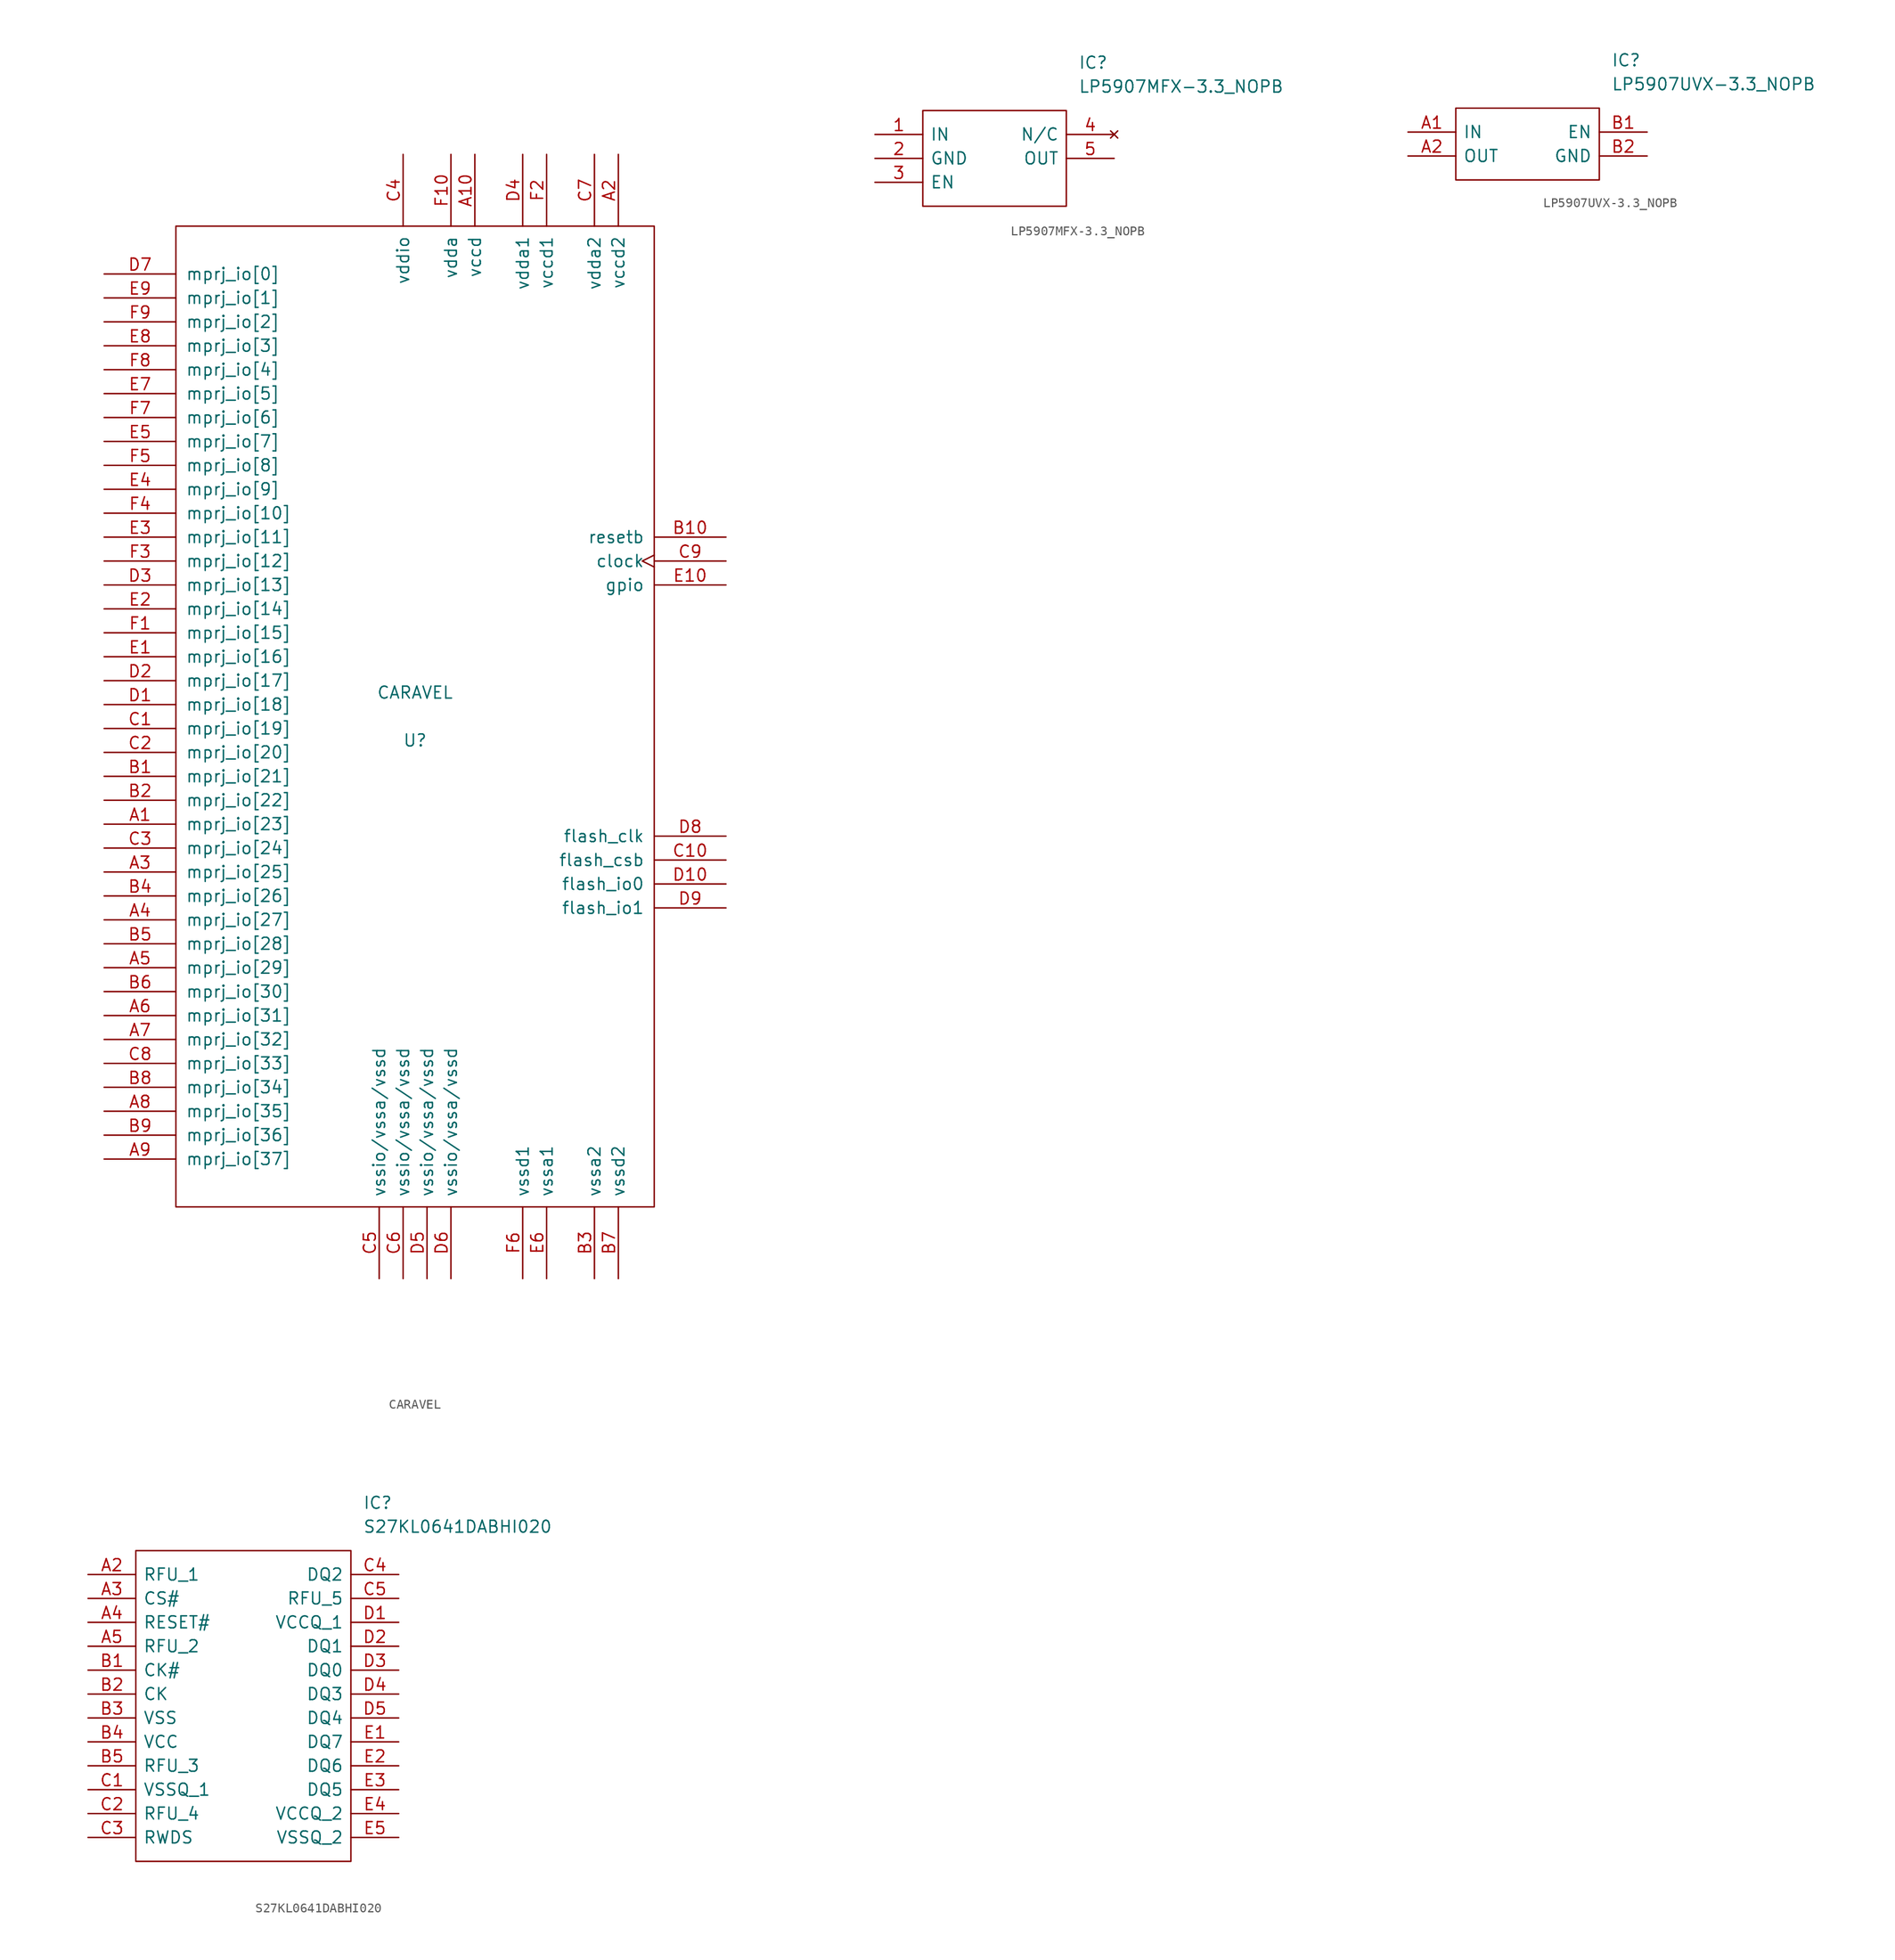
<source format=kicad_sym>
(kicad_symbol_lib
  (version 20231120)
  (generator "kicad_symbol_editor")
  (generator_version "8.0")
  (symbol "CARAVEL"
    (pin_names
      (offset 1.016))
    (property "Reference" "U"
      (at 0 -2.54 0)
      (effects (font (size 1.27 1.27))))
    (property "Value" "CARAVEL"
      (at 0 2.54 0)
      (effects (font (size 1.27 1.27))))
    (symbol "CARAVEL_1_0"
      (rectangle (start -25.4 -52.07) (end 25.4 52.07) (stroke (width 0) (type default)) (fill (type none))))
    (symbol "CARAVEL_1_1"
      (pin bidirectional line (at -33.02 -11.43 0) (length 7.62) (name "mprj_io[23]" (effects (font (size 1.27 1.27)))) (number "A1" (effects (font (size 1.27 1.27)))))
      (pin power_in line (at 6.35 59.69 270) (length 7.62) (name "vccd" (effects (font (size 1.27 1.27)))) (number "A10" (effects (font (size 1.27 1.27)))))
      (pin power_in line (at 21.59 59.69 270) (length 7.62) (name "vccd2" (effects (font (size 1.27 1.27)))) (number "A2" (effects (font (size 1.27 1.27)))))
      (pin bidirectional line (at -33.02 -16.51 0) (length 7.62) (name "mprj_io[25]" (effects (font (size 1.27 1.27)))) (number "A3" (effects (font (size 1.27 1.27)))))
      (pin bidirectional line (at -33.02 -21.59 0) (length 7.62) (name "mprj_io[27]" (effects (font (size 1.27 1.27)))) (number "A4" (effects (font (size 1.27 1.27)))))
      (pin bidirectional line (at -33.02 -26.67 0) (length 7.62) (name "mprj_io[29]" (effects (font (size 1.27 1.27)))) (number "A5" (effects (font (size 1.27 1.27)))))
      (pin bidirectional line (at -33.02 -31.75 0) (length 7.62) (name "mprj_io[31]" (effects (font (size 1.27 1.27)))) (number "A6" (effects (font (size 1.27 1.27)))))
      (pin bidirectional line (at -33.02 -34.29 0) (length 7.62) (name "mprj_io[32]" (effects (font (size 1.27 1.27)))) (number "A7" (effects (font (size 1.27 1.27)))))
      (pin bidirectional line (at -33.02 -41.91 0) (length 7.62) (name "mprj_io[35]" (effects (font (size 1.27 1.27)))) (number "A8" (effects (font (size 1.27 1.27)))))
      (pin bidirectional line (at -33.02 -46.99 0) (length 7.62) (name "mprj_io[37]" (effects (font (size 1.27 1.27)))) (number "A9" (effects (font (size 1.27 1.27)))))
      (pin bidirectional line (at -33.02 -6.35 0) (length 7.62) (name "mprj_io[21]" (effects (font (size 1.27 1.27)))) (number "B1" (effects (font (size 1.27 1.27)))))
      (pin input line (at 33.02 19.05 180) (length 7.62) (name "resetb" (effects (font (size 1.27 1.27)))) (number "B10" (effects (font (size 1.27 1.27)))))
      (pin bidirectional line (at -33.02 -8.89 0) (length 7.62) (name "mprj_io[22]" (effects (font (size 1.27 1.27)))) (number "B2" (effects (font (size 1.27 1.27)))))
      (pin power_in line (at 19.05 -59.69 90) (length 7.62) (name "vssa2" (effects (font (size 1.27 1.27)))) (number "B3" (effects (font (size 1.27 1.27)))))
      (pin bidirectional line (at -33.02 -19.05 0) (length 7.62) (name "mprj_io[26]" (effects (font (size 1.27 1.27)))) (number "B4" (effects (font (size 1.27 1.27)))))
      (pin bidirectional line (at -33.02 -24.13 0) (length 7.62) (name "mprj_io[28]" (effects (font (size 1.27 1.27)))) (number "B5" (effects (font (size 1.27 1.27)))))
      (pin bidirectional line (at -33.02 -29.21 0) (length 7.62) (name "mprj_io[30]" (effects (font (size 1.27 1.27)))) (number "B6" (effects (font (size 1.27 1.27)))))
      (pin power_in line (at 21.59 -59.69 90) (length 7.62) (name "vssd2" (effects (font (size 1.27 1.27)))) (number "B7" (effects (font (size 1.27 1.27)))))
      (pin bidirectional line (at -33.02 -39.37 0) (length 7.62) (name "mprj_io[34]" (effects (font (size 1.27 1.27)))) (number "B8" (effects (font (size 1.27 1.27)))))
      (pin bidirectional line (at -33.02 -44.45 0) (length 7.62) (name "mprj_io[36]" (effects (font (size 1.27 1.27)))) (number "B9" (effects (font (size 1.27 1.27)))))
      (pin bidirectional line (at -33.02 -1.27 0) (length 7.62) (name "mprj_io[19]" (effects (font (size 1.27 1.27)))) (number "C1" (effects (font (size 1.27 1.27)))))
      (pin output line (at 33.02 -15.24 180) (length 7.62) (name "flash_csb" (effects (font (size 1.27 1.27)))) (number "C10" (effects (font (size 1.27 1.27)))))
      (pin bidirectional line (at -33.02 -3.81 0) (length 7.62) (name "mprj_io[20]" (effects (font (size 1.27 1.27)))) (number "C2" (effects (font (size 1.27 1.27)))))
      (pin bidirectional line (at -33.02 -13.97 0) (length 7.62) (name "mprj_io[24]" (effects (font (size 1.27 1.27)))) (number "C3" (effects (font (size 1.27 1.27)))))
      (pin power_in line (at -1.27 59.69 270) (length 7.62) (name "vddio" (effects (font (size 1.27 1.27)))) (number "C4" (effects (font (size 1.27 1.27)))))
      (pin power_in line (at -3.81 -59.69 90) (length 7.62) (name "vssio/vssa/vssd" (effects (font (size 1.27 1.27)))) (number "C5" (effects (font (size 1.27 1.27)))))
      (pin power_in line (at -1.27 -59.69 90) (length 7.62) (name "vssio/vssa/vssd" (effects (font (size 1.27 1.27)))) (number "C6" (effects (font (size 1.27 1.27)))))
      (pin power_in line (at 19.05 59.69 270) (length 7.62) (name "vdda2" (effects (font (size 1.27 1.27)))) (number "C7" (effects (font (size 1.27 1.27)))))
      (pin bidirectional line (at -33.02 -36.83 0) (length 7.62) (name "mprj_io[33]" (effects (font (size 1.27 1.27)))) (number "C8" (effects (font (size 1.27 1.27)))))
      (pin input clock (at 33.02 16.51 180) (length 7.62) (name "clock" (effects (font (size 1.27 1.27)))) (number "C9" (effects (font (size 1.27 1.27)))))
      (pin bidirectional line (at -33.02 1.27 0) (length 7.62) (name "mprj_io[18]" (effects (font (size 1.27 1.27)))) (number "D1" (effects (font (size 1.27 1.27)))))
      (pin bidirectional line (at 33.02 -17.78 180) (length 7.62) (name "flash_io0" (effects (font (size 1.27 1.27)))) (number "D10" (effects (font (size 1.27 1.27)))))
      (pin bidirectional line (at -33.02 3.81 0) (length 7.62) (name "mprj_io[17]" (effects (font (size 1.27 1.27)))) (number "D2" (effects (font (size 1.27 1.27)))))
      (pin bidirectional line (at -33.02 13.97 0) (length 7.62) (name "mprj_io[13]" (effects (font (size 1.27 1.27)))) (number "D3" (effects (font (size 1.27 1.27)))))
      (pin power_in line (at 11.43 59.69 270) (length 7.62) (name "vdda1" (effects (font (size 1.27 1.27)))) (number "D4" (effects (font (size 1.27 1.27)))))
      (pin power_in line (at 1.27 -59.69 90) (length 7.62) (name "vssio/vssa/vssd" (effects (font (size 1.27 1.27)))) (number "D5" (effects (font (size 1.27 1.27)))))
      (pin power_in line (at 3.81 -59.69 90) (length 7.62) (name "vssio/vssa/vssd" (effects (font (size 1.27 1.27)))) (number "D6" (effects (font (size 1.27 1.27)))))
      (pin bidirectional line (at -33.02 46.99 0) (length 7.62) (name "mprj_io[0]" (effects (font (size 1.27 1.27)))) (number "D7" (effects (font (size 1.27 1.27)))))
      (pin output line (at 33.02 -12.7 180) (length 7.62) (name "flash_clk" (effects (font (size 1.27 1.27)))) (number "D8" (effects (font (size 1.27 1.27)))))
      (pin bidirectional line (at 33.02 -20.32 180) (length 7.62) (name "flash_io1" (effects (font (size 1.27 1.27)))) (number "D9" (effects (font (size 1.27 1.27)))))
      (pin bidirectional line (at -33.02 6.35 0) (length 7.62) (name "mprj_io[16]" (effects (font (size 1.27 1.27)))) (number "E1" (effects (font (size 1.27 1.27)))))
      (pin output line (at 33.02 13.97 180) (length 7.62) (name "gpio" (effects (font (size 1.27 1.27)))) (number "E10" (effects (font (size 1.27 1.27)))))
      (pin bidirectional line (at -33.02 11.43 0) (length 7.62) (name "mprj_io[14]" (effects (font (size 1.27 1.27)))) (number "E2" (effects (font (size 1.27 1.27)))))
      (pin bidirectional line (at -33.02 19.05 0) (length 7.62) (name "mprj_io[11]" (effects (font (size 1.27 1.27)))) (number "E3" (effects (font (size 1.27 1.27)))))
      (pin bidirectional line (at -33.02 24.13 0) (length 7.62) (name "mprj_io[9]" (effects (font (size 1.27 1.27)))) (number "E4" (effects (font (size 1.27 1.27)))))
      (pin bidirectional line (at -33.02 29.21 0) (length 7.62) (name "mprj_io[7]" (effects (font (size 1.27 1.27)))) (number "E5" (effects (font (size 1.27 1.27)))))
      (pin power_in line (at 13.97 -59.69 90) (length 7.62) (name "vssa1" (effects (font (size 1.27 1.27)))) (number "E6" (effects (font (size 1.27 1.27)))))
      (pin bidirectional line (at -33.02 34.29 0) (length 7.62) (name "mprj_io[5]" (effects (font (size 1.27 1.27)))) (number "E7" (effects (font (size 1.27 1.27)))))
      (pin bidirectional line (at -33.02 39.37 0) (length 7.62) (name "mprj_io[3]" (effects (font (size 1.27 1.27)))) (number "E8" (effects (font (size 1.27 1.27)))))
      (pin bidirectional line (at -33.02 44.45 0) (length 7.62) (name "mprj_io[1]" (effects (font (size 1.27 1.27)))) (number "E9" (effects (font (size 1.27 1.27)))))
      (pin bidirectional line (at -33.02 8.89 0) (length 7.62) (name "mprj_io[15]" (effects (font (size 1.27 1.27)))) (number "F1" (effects (font (size 1.27 1.27)))))
      (pin power_in line (at 3.81 59.69 270) (length 7.62) (name "vdda" (effects (font (size 1.27 1.27)))) (number "F10" (effects (font (size 1.27 1.27)))))
      (pin power_in line (at 13.97 59.69 270) (length 7.62) (name "vccd1" (effects (font (size 1.27 1.27)))) (number "F2" (effects (font (size 1.27 1.27)))))
      (pin bidirectional line (at -33.02 16.51 0) (length 7.62) (name "mprj_io[12]" (effects (font (size 1.27 1.27)))) (number "F3" (effects (font (size 1.27 1.27)))))
      (pin bidirectional line (at -33.02 21.59 0) (length 7.62) (name "mprj_io[10]" (effects (font (size 1.27 1.27)))) (number "F4" (effects (font (size 1.27 1.27)))))
      (pin bidirectional line (at -33.02 26.67 0) (length 7.62) (name "mprj_io[8]" (effects (font (size 1.27 1.27)))) (number "F5" (effects (font (size 1.27 1.27)))))
      (pin power_in line (at 11.43 -59.69 90) (length 7.62) (name "vssd1" (effects (font (size 1.27 1.27)))) (number "F6" (effects (font (size 1.27 1.27)))))
      (pin bidirectional line (at -33.02 31.75 0) (length 7.62) (name "mprj_io[6]" (effects (font (size 1.27 1.27)))) (number "F7" (effects (font (size 1.27 1.27)))))
      (pin bidirectional line (at -33.02 36.83 0) (length 7.62) (name "mprj_io[4]" (effects (font (size 1.27 1.27)))) (number "F8" (effects (font (size 1.27 1.27)))))
      (pin bidirectional line (at -33.02 41.91 0) (length 7.62) (name "mprj_io[2]" (effects (font (size 1.27 1.27)))) (number "F9" (effects (font (size 1.27 1.27)))))))
  (symbol "LP5907MFX-3.3_NOPB"
    (pin_names
      (offset 0.762))
    (property "Reference" "IC"
      (at 21.59 7.62 0)
      (effects (font (size 1.27 1.27)) (justify left)))
    (property "Value" "LP5907MFX-3.3_NOPB"
      (at 21.59 5.08 0)
      (effects (font (size 1.27 1.27)) (justify left)))
    (symbol "LP5907MFX-3.3_NOPB_0_0"
      (pin power_in line (at 0 0 0) (length 5.08) (name "IN" (effects (font (size 1.27 1.27)))) (number "1" (effects (font (size 1.27 1.27)))))
      (pin passive line (at 0 -2.54 0) (length 5.08) (name "GND" (effects (font (size 1.27 1.27)))) (number "2" (effects (font (size 1.27 1.27)))))
      (pin passive line (at 0 -5.08 0) (length 5.08) (name "EN" (effects (font (size 1.27 1.27)))) (number "3" (effects (font (size 1.27 1.27)))))
      (pin no_connect line (at 25.4 0 180) (length 5.08) (name "N/C" (effects (font (size 1.27 1.27)))) (number "4" (effects (font (size 1.27 1.27)))))
      (pin power_out line (at 25.4 -2.54 180) (length 5.08) (name "OUT" (effects (font (size 1.27 1.27)))) (number "5" (effects (font (size 1.27 1.27))))))
    (symbol "LP5907MFX-3.3_NOPB_0_1"
      (polyline (pts (xy 5.08 2.54) (xy 20.32 2.54) (xy 20.32 -7.62) (xy 5.08 -7.62) (xy 5.08 2.54)) (stroke (width 0.152) (type default)) (fill (type none)))))
  (symbol "LP5907UVX-3.3_NOPB"
    (pin_names
      (offset 0.762))
    (property "Reference" "IC"
      (at 21.59 7.62 0)
      (effects (font (size 1.27 1.27)) (justify left)))
    (property "Value" "LP5907UVX-3.3_NOPB"
      (at 21.59 5.08 0)
      (effects (font (size 1.27 1.27)) (justify left)))
    (symbol "LP5907UVX-3.3_NOPB_0_0"
      (pin power_in line (at 0 0 0) (length 5.08) (name "IN" (effects (font (size 1.27 1.27)))) (number "A1" (effects (font (size 1.27 1.27)))))
      (pin power_out line (at 0 -2.54 0) (length 5.08) (name "OUT" (effects (font (size 1.27 1.27)))) (number "A2" (effects (font (size 1.27 1.27)))))
      (pin passive line (at 25.4 0 180) (length 5.08) (name "EN" (effects (font (size 1.27 1.27)))) (number "B1" (effects (font (size 1.27 1.27)))))
      (pin passive line (at 25.4 -2.54 180) (length 5.08) (name "GND" (effects (font (size 1.27 1.27)))) (number "B2" (effects (font (size 1.27 1.27))))))
    (symbol "LP5907UVX-3.3_NOPB_0_1"
      (polyline (pts (xy 5.08 2.54) (xy 20.32 2.54) (xy 20.32 -5.08) (xy 5.08 -5.08) (xy 5.08 2.54)) (stroke (width 0.152) (type default)) (fill (type none)))))
  (symbol "S27KL0641DABHI020"
    (pin_names
      (offset 0.762))
    (property "Reference" "IC"
      (at 29.21 7.62 0)
      (effects (font (size 1.27 1.27)) (justify left)))
    (property "Value" "S27KL0641DABHI020"
      (at 29.21 5.08 0)
      (effects (font (size 1.27 1.27)) (justify left)))
    (symbol "S27KL0641DABHI020_0_0"
      (pin passive line (at 0 0 0) (length 5.08) (name "RFU_1" (effects (font (size 1.27 1.27)))) (number "A2" (effects (font (size 1.27 1.27)))))
      (pin passive line (at 0 -2.54 0) (length 5.08) (name "CS#" (effects (font (size 1.27 1.27)))) (number "A3" (effects (font (size 1.27 1.27)))))
      (pin passive line (at 0 -5.08 0) (length 5.08) (name "RESET#" (effects (font (size 1.27 1.27)))) (number "A4" (effects (font (size 1.27 1.27)))))
      (pin passive line (at 0 -7.62 0) (length 5.08) (name "RFU_2" (effects (font (size 1.27 1.27)))) (number "A5" (effects (font (size 1.27 1.27)))))
      (pin passive line (at 0 -10.16 0) (length 5.08) (name "CK#" (effects (font (size 1.27 1.27)))) (number "B1" (effects (font (size 1.27 1.27)))))
      (pin passive line (at 0 -12.7 0) (length 5.08) (name "CK" (effects (font (size 1.27 1.27)))) (number "B2" (effects (font (size 1.27 1.27)))))
      (pin passive line (at 0 -15.24 0) (length 5.08) (name "VSS" (effects (font (size 1.27 1.27)))) (number "B3" (effects (font (size 1.27 1.27)))))
      (pin passive line (at 0 -17.78 0) (length 5.08) (name "VCC" (effects (font (size 1.27 1.27)))) (number "B4" (effects (font (size 1.27 1.27)))))
      (pin passive line (at 0 -20.32 0) (length 5.08) (name "RFU_3" (effects (font (size 1.27 1.27)))) (number "B5" (effects (font (size 1.27 1.27)))))
      (pin passive line (at 0 -22.86 0) (length 5.08) (name "VSSQ_1" (effects (font (size 1.27 1.27)))) (number "C1" (effects (font (size 1.27 1.27)))))
      (pin passive line (at 0 -25.4 0) (length 5.08) (name "RFU_4" (effects (font (size 1.27 1.27)))) (number "C2" (effects (font (size 1.27 1.27)))))
      (pin passive line (at 0 -27.94 0) (length 5.08) (name "RWDS" (effects (font (size 1.27 1.27)))) (number "C3" (effects (font (size 1.27 1.27)))))
      (pin passive line (at 33.02 0 180) (length 5.08) (name "DQ2" (effects (font (size 1.27 1.27)))) (number "C4" (effects (font (size 1.27 1.27)))))
      (pin passive line (at 33.02 -2.54 180) (length 5.08) (name "RFU_5" (effects (font (size 1.27 1.27)))) (number "C5" (effects (font (size 1.27 1.27)))))
      (pin passive line (at 33.02 -5.08 180) (length 5.08) (name "VCCQ_1" (effects (font (size 1.27 1.27)))) (number "D1" (effects (font (size 1.27 1.27)))))
      (pin passive line (at 33.02 -7.62 180) (length 5.08) (name "DQ1" (effects (font (size 1.27 1.27)))) (number "D2" (effects (font (size 1.27 1.27)))))
      (pin passive line (at 33.02 -10.16 180) (length 5.08) (name "DQ0" (effects (font (size 1.27 1.27)))) (number "D3" (effects (font (size 1.27 1.27)))))
      (pin passive line (at 33.02 -12.7 180) (length 5.08) (name "DQ3" (effects (font (size 1.27 1.27)))) (number "D4" (effects (font (size 1.27 1.27)))))
      (pin passive line (at 33.02 -15.24 180) (length 5.08) (name "DQ4" (effects (font (size 1.27 1.27)))) (number "D5" (effects (font (size 1.27 1.27)))))
      (pin passive line (at 33.02 -17.78 180) (length 5.08) (name "DQ7" (effects (font (size 1.27 1.27)))) (number "E1" (effects (font (size 1.27 1.27)))))
      (pin passive line (at 33.02 -20.32 180) (length 5.08) (name "DQ6" (effects (font (size 1.27 1.27)))) (number "E2" (effects (font (size 1.27 1.27)))))
      (pin passive line (at 33.02 -22.86 180) (length 5.08) (name "DQ5" (effects (font (size 1.27 1.27)))) (number "E3" (effects (font (size 1.27 1.27)))))
      (pin passive line (at 33.02 -25.4 180) (length 5.08) (name "VCCQ_2" (effects (font (size 1.27 1.27)))) (number "E4" (effects (font (size 1.27 1.27)))))
      (pin passive line (at 33.02 -27.94 180) (length 5.08) (name "VSSQ_2" (effects (font (size 1.27 1.27)))) (number "E5" (effects (font (size 1.27 1.27))))))
    (symbol "S27KL0641DABHI020_0_1"
      (polyline (pts (xy 5.08 2.54) (xy 27.94 2.54) (xy 27.94 -30.48) (xy 5.08 -30.48) (xy 5.08 2.54)) (stroke (width 0.152) (type default)) (fill (type none))))))
</source>
